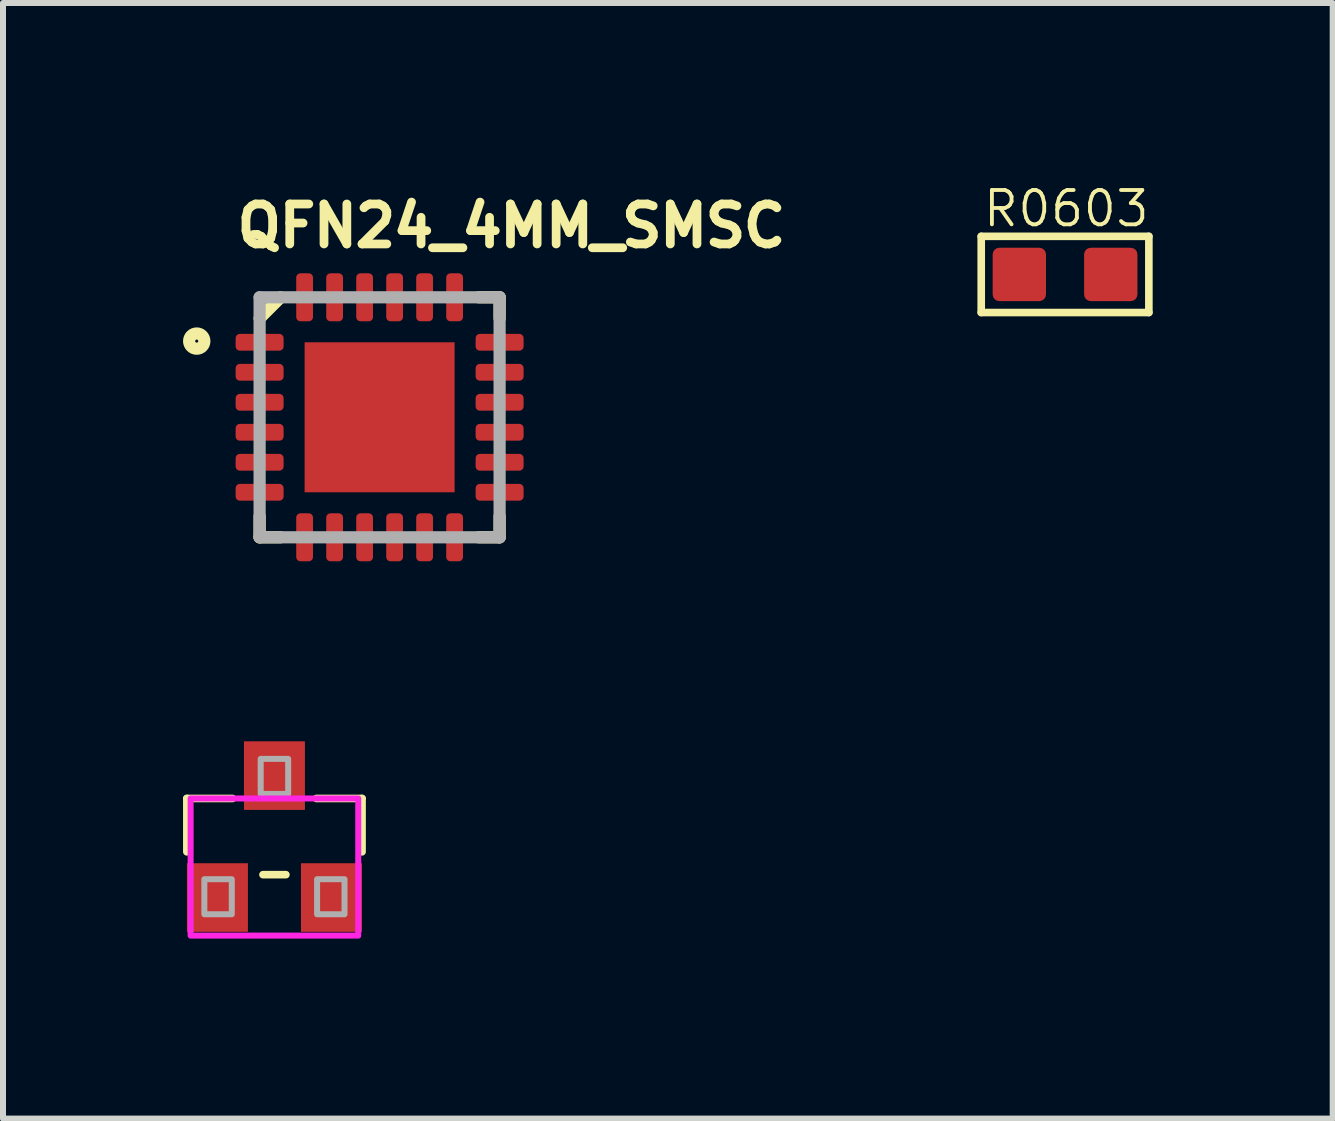
<source format=kicad_pcb>
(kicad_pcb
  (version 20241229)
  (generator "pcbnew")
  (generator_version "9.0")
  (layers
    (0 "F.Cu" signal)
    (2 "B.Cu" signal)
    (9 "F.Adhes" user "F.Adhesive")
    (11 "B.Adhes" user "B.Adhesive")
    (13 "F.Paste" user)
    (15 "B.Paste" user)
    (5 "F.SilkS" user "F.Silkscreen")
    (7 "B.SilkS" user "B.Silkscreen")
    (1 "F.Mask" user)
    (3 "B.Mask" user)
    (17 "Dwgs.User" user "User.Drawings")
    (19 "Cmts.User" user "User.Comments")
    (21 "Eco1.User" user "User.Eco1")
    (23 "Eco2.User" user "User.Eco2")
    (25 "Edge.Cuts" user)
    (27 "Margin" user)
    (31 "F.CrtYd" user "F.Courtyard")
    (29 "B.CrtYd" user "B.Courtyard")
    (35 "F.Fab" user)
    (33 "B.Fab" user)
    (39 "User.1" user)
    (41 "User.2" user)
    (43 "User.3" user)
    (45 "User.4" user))
  (footprint "R0603"
    (layer "F.Cu")
    (at 14.701 1.524)
    (property "Reference" "R0603" (at -1.397 -0.762 0) (layer "F.SilkS") (effects (font (size 0.572 0.572) (thickness 0.064)) (justify left bottom)))
    (fp_line (start -1.397 -0.635) (end 1.397 -0.635) (stroke (width 0.127) (type solid)) (layer "F.SilkS"))
    (fp_line (start -1.397 0.635) (end -1.397 -0.635) (stroke (width 0.127) (type solid)) (layer "F.SilkS"))
    (fp_line (start 1.397 -0.635) (end 1.397 0.635) (stroke (width 0.127) (type solid)) (layer "F.SilkS"))
    (fp_line (start 1.397 0.635) (end -1.397 0.635) (stroke (width 0.127) (type solid)) (layer "F.SilkS"))
    (pad "1" smd roundrect (at -0.762 0) (size 0.889 0.889) (layers "F.Cu" "F.Mask" "F.Paste") (roundrect_rratio 0.125))
    (pad "2" smd roundrect (at 0.762 0) (size 0.889 0.889) (layers "F.Cu" "F.Mask" "F.Paste") (roundrect_rratio 0.125)))
  (footprint "QFN24_4MM_SMSC"
    (layer "F.Cu")
    (at 3.277 3.905)
    (property "Reference" "QFN24_4MM_SMSC" (at -2.45 -2.8 0) (layer "F.SilkS") (effects (font (size 0.666 0.666) (thickness 0.146)) (justify left bottom)))
    (fp_line (start -2 2) (end -2 1.65) (stroke (width 0.203) (type solid)) (layer "F.SilkS"))
    (fp_line (start -1.65 -2) (end -2 -1.65) (stroke (width 0.203) (type solid)) (layer "F.SilkS"))
    (fp_line (start -1.65 2) (end -2 2) (stroke (width 0.203) (type solid)) (layer "F.SilkS"))
    (fp_line (start 1.65 2) (end 2 2) (stroke (width 0.203) (type solid)) (layer "F.SilkS"))
    (fp_line (start 2 -2) (end 1.65 -2) (stroke (width 0.203) (type solid)) (layer "F.SilkS"))
    (fp_line (start 2 -1.65) (end 2 -2) (stroke (width 0.203) (type solid)) (layer "F.SilkS"))
    (fp_line (start 2 1.65) (end 2 2) (stroke (width 0.203) (type solid)) (layer "F.SilkS"))
    (fp_circle (center -3.048 -1.27) (end -2.921 -1.27) (stroke (width 0.203) (type solid)) (fill no) (layer "F.SilkS"))
    (fp_poly (pts (xy -1.2 -0.6) (xy -0.6 -0.6) (xy -0.6 -1.2) (xy -1.2 -1.2)) (stroke (width 0) (type solid)) (fill yes) (layer "F.Paste"))
    (fp_poly (pts (xy -1.2 0.3) (xy -0.6 0.3) (xy -0.6 -0.3) (xy -1.2 -0.3)) (stroke (width 0) (type solid)) (fill yes) (layer "F.Paste"))
    (fp_poly (pts (xy -1.2 1.2) (xy -0.6 1.2) (xy -0.6 0.6) (xy -1.2 0.6)) (stroke (width 0) (type solid)) (fill yes) (layer "F.Paste"))
    (fp_poly (pts (xy -0.3 -0.6) (xy 0.3 -0.6) (xy 0.3 -1.2) (xy -0.3 -1.2)) (stroke (width 0) (type solid)) (fill yes) (layer "F.Paste"))
    (fp_poly (pts (xy -0.3 0.3) (xy 0.3 0.3) (xy 0.3 -0.3) (xy -0.3 -0.3)) (stroke (width 0) (type solid)) (fill yes) (layer "F.Paste"))
    (fp_poly (pts (xy -0.3 1.2) (xy 0.3 1.2) (xy 0.3 0.6) (xy -0.3 0.6)) (stroke (width 0) (type solid)) (fill yes) (layer "F.Paste"))
    (fp_poly (pts (xy 0.6 -0.6) (xy 1.2 -0.6) (xy 1.2 -1.2) (xy 0.6 -1.2)) (stroke (width 0) (type solid)) (fill yes) (layer "F.Paste"))
    (fp_poly (pts (xy 0.6 0.3) (xy 1.2 0.3) (xy 1.2 -0.3) (xy 0.6 -0.3)) (stroke (width 0) (type solid)) (fill yes) (layer "F.Paste"))
    (fp_poly (pts (xy 0.6 1.2) (xy 1.2 1.2) (xy 1.2 0.6) (xy 0.6 0.6)) (stroke (width 0) (type solid)) (fill yes) (layer "F.Paste"))
    (fp_line (start -2 -2) (end -2 2) (stroke (width 0.203) (type solid)) (layer "F.Fab"))
    (fp_line (start -2 2) (end 2 2) (stroke (width 0.203) (type solid)) (layer "F.Fab"))
    (fp_line (start 2 -2) (end -2 -2) (stroke (width 0.203) (type solid)) (layer "F.Fab"))
    (fp_line (start 2 2) (end 2 -2) (stroke (width 0.203) (type solid)) (layer "F.Fab"))
    (pad "1" smd roundrect (at -2 -1.25 180) (size 0.8 0.28) (layers "F.Cu" "F.Mask" "F.Paste") (roundrect_rratio 0.25))
    (pad "2" smd roundrect (at -2 -0.75 180) (size 0.8 0.28) (layers "F.Cu" "F.Mask" "F.Paste") (roundrect_rratio 0.25))
    (pad "3" smd roundrect (at -2 -0.25 180) (size 0.8 0.28) (layers "F.Cu" "F.Mask" "F.Paste") (roundrect_rratio 0.25))
    (pad "4" smd roundrect (at -2 0.25 180) (size 0.8 0.28) (layers "F.Cu" "F.Mask" "F.Paste") (roundrect_rratio 0.25))
    (pad "5" smd roundrect (at -2 0.75 180) (size 0.8 0.28) (layers "F.Cu" "F.Mask" "F.Paste") (roundrect_rratio 0.25))
    (pad "6" smd roundrect (at -2 1.25 180) (size 0.8 0.28) (layers "F.Cu" "F.Mask" "F.Paste") (roundrect_rratio 0.25))
    (pad "7" smd roundrect (at -1.25 2 90) (size 0.8 0.28) (layers "F.Cu" "F.Mask" "F.Paste") (roundrect_rratio 0.25))
    (pad "8" smd roundrect (at -0.75 2 90) (size 0.8 0.28) (layers "F.Cu" "F.Mask" "F.Paste") (roundrect_rratio 0.25))
    (pad "9" smd roundrect (at -0.25 2 90) (size 0.8 0.28) (layers "F.Cu" "F.Mask" "F.Paste") (roundrect_rratio 0.25))
    (pad "10" smd roundrect (at 0.25 2 90) (size 0.8 0.28) (layers "F.Cu" "F.Mask" "F.Paste") (roundrect_rratio 0.25))
    (pad "11" smd roundrect (at 0.75 2 90) (size 0.8 0.28) (layers "F.Cu" "F.Mask" "F.Paste") (roundrect_rratio 0.25))
    (pad "12" smd roundrect (at 1.25 2 90) (size 0.8 0.28) (layers "F.Cu" "F.Mask" "F.Paste") (roundrect_rratio 0.25))
    (pad "13" smd roundrect (at 2 1.25) (size 0.8 0.28) (layers "F.Cu" "F.Mask" "F.Paste") (roundrect_rratio 0.25))
    (pad "14" smd roundrect (at 2 0.75) (size 0.8 0.28) (layers "F.Cu" "F.Mask" "F.Paste") (roundrect_rratio 0.25))
    (pad "15" smd roundrect (at 2 0.25) (size 0.8 0.28) (layers "F.Cu" "F.Mask" "F.Paste") (roundrect_rratio 0.25))
    (pad "16" smd roundrect (at 2 -0.25) (size 0.8 0.28) (layers "F.Cu" "F.Mask" "F.Paste") (roundrect_rratio 0.25))
    (pad "17" smd roundrect (at 2 -0.75) (size 0.8 0.28) (layers "F.Cu" "F.Mask" "F.Paste") (roundrect_rratio 0.25))
    (pad "18" smd roundrect (at 2 -1.25) (size 0.8 0.28) (layers "F.Cu" "F.Mask" "F.Paste") (roundrect_rratio 0.25))
    (pad "19" smd roundrect (at 1.25 -2 270) (size 0.8 0.28) (layers "F.Cu" "F.Mask" "F.Paste") (roundrect_rratio 0.25))
    (pad "20" smd roundrect (at 0.75 -2 270) (size 0.8 0.28) (layers "F.Cu" "F.Mask" "F.Paste") (roundrect_rratio 0.25))
    (pad "21" smd roundrect (at 0.25 -2 270) (size 0.8 0.28) (layers "F.Cu" "F.Mask" "F.Paste") (roundrect_rratio 0.25))
    (pad "22" smd roundrect (at -0.25 -2 270) (size 0.8 0.28) (layers "F.Cu" "F.Mask" "F.Paste") (roundrect_rratio 0.25))
    (pad "23" smd roundrect (at -0.75 -2 270) (size 0.8 0.28) (layers "F.Cu" "F.Mask" "F.Paste") (roundrect_rratio 0.25))
    (pad "24" smd roundrect (at -1.25 -2 270) (size 0.8 0.28) (layers "F.Cu" "F.Mask" "F.Paste") (roundrect_rratio 0.25))
    (pad "THERM" smd rect (at 0 0) (size 2.5 2.5) (layers "F.Cu" "F.Mask")))
  (footprint "SOT23"
    (layer "F.Cu")
    (at 1.524 10.893)
    (property "Reference" "SOT23" (at -1.27 0 0) (layer "F.Mask") (effects (font (size 0.572 0.572) (thickness 0.064)) (justify left bottom)))
    (fp_line (start -1.46 -0.635) (end -1.46 0.254) (stroke (width 0.127) (type solid)) (layer "F.SilkS"))
    (fp_line (start -0.699 -0.635) (end -1.46 -0.635) (stroke (width 0.127) (type solid)) (layer "F.SilkS"))
    (fp_line (start -0.191 0.635) (end 0.191 0.635) (stroke (width 0.127) (type solid)) (layer "F.SilkS"))
    (fp_line (start 1.46 -0.635) (end 0.699 -0.635) (stroke (width 0.127) (type solid)) (layer "F.SilkS"))
    (fp_line (start 1.46 0.254) (end 1.46 -0.635) (stroke (width 0.127) (type solid)) (layer "F.SilkS"))
    (fp_poly (pts (xy -1.397 1.651) (xy 1.397 1.651) (xy 1.397 -0.635) (xy -1.397 -0.635)) (stroke (width 0.1) (type solid)) (fill no) (layer "F.CrtYd"))
    (fp_poly (pts (xy -1.168 1.295) (xy -0.711 1.295) (xy -0.711 0.711) (xy -1.168 0.711)) (stroke (width 0.1) (type solid)) (fill no) (layer "F.Fab"))
    (fp_poly (pts (xy -0.229 -0.711) (xy 0.229 -0.711) (xy 0.229 -1.295) (xy -0.229 -1.295)) (stroke (width 0.1) (type solid)) (fill no) (layer "F.Fab"))
    (fp_poly (pts (xy 0.711 1.295) (xy 1.168 1.295) (xy 1.168 0.711) (xy 0.711 0.711)) (stroke (width 0.1) (type solid)) (fill no) (layer "F.Fab"))
    (pad "1" smd rect (at -0.95 1.016 180) (size 1.016 1.143) (layers "F.Cu" "F.Mask" "F.Paste"))
    (pad "2" smd rect (at 0.95 1.016) (size 1.016 1.143) (layers "F.Cu" "F.Mask" "F.Paste"))
    (pad "3" smd rect (at 0 -1.016) (size 1.016 1.143) (layers "F.Cu" "F.Mask" "F.Paste")))
  (gr_rect
    (start -3 -3)
    (end 19.162 15.594)
    (stroke (width 0.1) (type default))
    (fill no)
    (layer "Edge.Cuts")))
</source>
